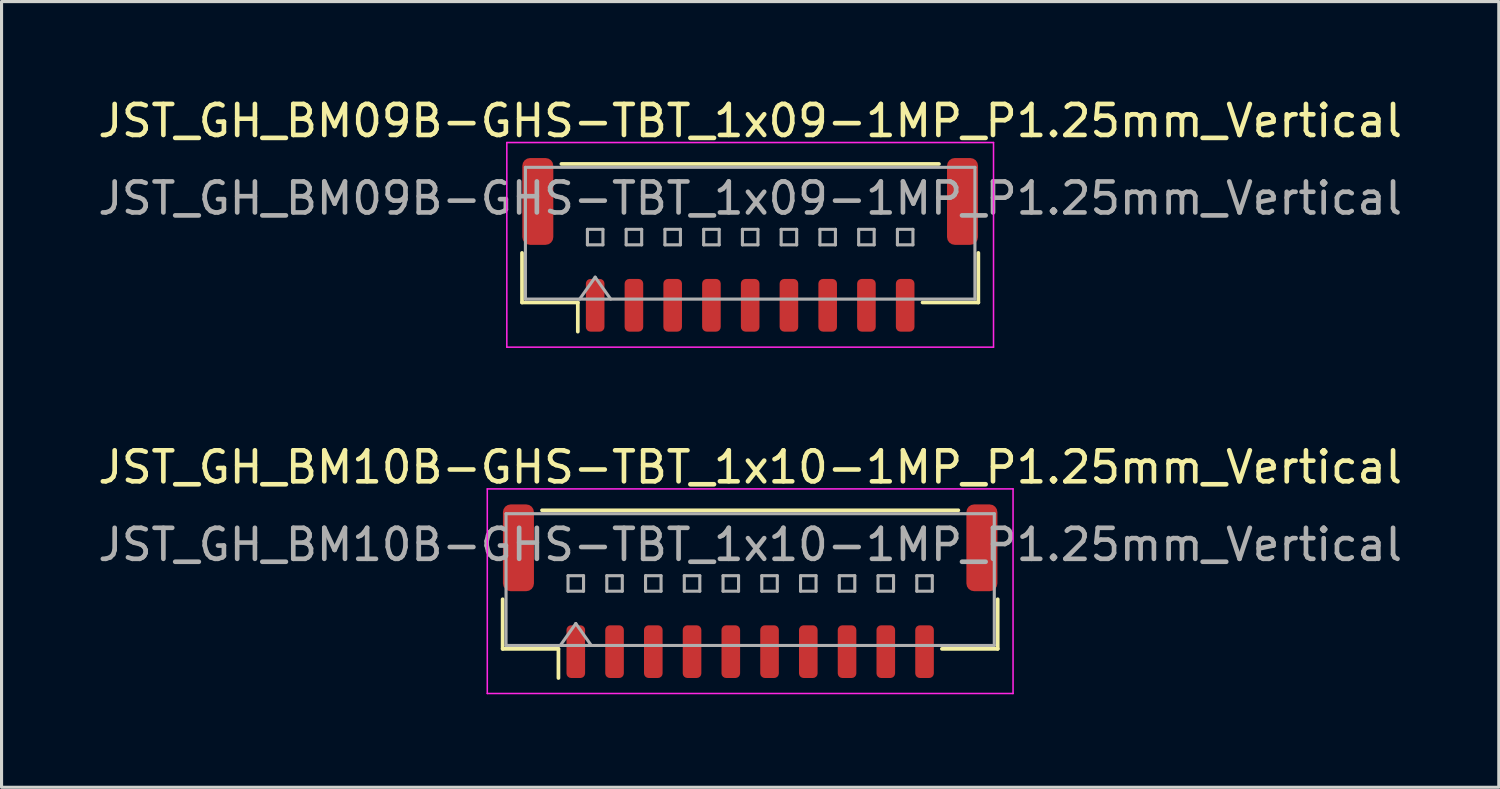
<source format=kicad_pcb>
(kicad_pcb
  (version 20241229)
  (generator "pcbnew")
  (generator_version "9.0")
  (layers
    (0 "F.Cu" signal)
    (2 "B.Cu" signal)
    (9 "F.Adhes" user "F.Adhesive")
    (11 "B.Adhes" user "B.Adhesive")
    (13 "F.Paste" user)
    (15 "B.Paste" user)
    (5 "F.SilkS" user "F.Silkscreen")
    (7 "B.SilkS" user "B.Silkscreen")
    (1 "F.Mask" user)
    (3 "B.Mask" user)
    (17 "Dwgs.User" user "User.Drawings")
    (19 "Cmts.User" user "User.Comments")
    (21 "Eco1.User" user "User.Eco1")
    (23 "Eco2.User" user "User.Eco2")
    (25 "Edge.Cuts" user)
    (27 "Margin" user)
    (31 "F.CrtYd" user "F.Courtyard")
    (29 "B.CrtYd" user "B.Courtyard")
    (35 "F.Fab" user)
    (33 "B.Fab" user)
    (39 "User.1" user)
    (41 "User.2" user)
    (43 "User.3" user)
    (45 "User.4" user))
  (footprint "JST_GH_BM09B-GHS-TBT_1x09-1MP_P1.25mm_Vertical"
    (layer "F.Cu")
    (at 21.149 4.848)
    (property "Reference" "JST_GH_BM09B-GHS-TBT_1x09-1MP_P1.25mm_Vertical" (at 0 -4 0) (layer "F.SilkS") (effects (font (size 1 1) (thickness 0.15))))
    (attr smd)
    (fp_line (start -7.36 0.26) (end -7.36 1.86) (stroke (width 0.12) (type solid)) (layer "F.SilkS"))
    (fp_line (start -7.36 1.86) (end -5.56 1.86) (stroke (width 0.12) (type solid)) (layer "F.SilkS"))
    (fp_line (start -6.09 -2.61) (end 6.09 -2.61) (stroke (width 0.12) (type solid)) (layer "F.SilkS"))
    (fp_line (start -5.56 1.86) (end -5.56 2.8) (stroke (width 0.12) (type solid)) (layer "F.SilkS"))
    (fp_line (start 7.36 0.26) (end 7.36 1.86) (stroke (width 0.12) (type solid)) (layer "F.SilkS"))
    (fp_line (start 7.36 1.86) (end 5.56 1.86) (stroke (width 0.12) (type solid)) (layer "F.SilkS"))
    (fp_line (start -7.85 -3.3) (end -7.85 3.3) (stroke (width 0.05) (type solid)) (layer "F.CrtYd"))
    (fp_line (start -7.85 3.3) (end 7.85 3.3) (stroke (width 0.05) (type solid)) (layer "F.CrtYd"))
    (fp_line (start 7.85 -3.3) (end -7.85 -3.3) (stroke (width 0.05) (type solid)) (layer "F.CrtYd"))
    (fp_line (start 7.85 3.3) (end 7.85 -3.3) (stroke (width 0.05) (type solid)) (layer "F.CrtYd"))
    (fp_line (start -7.25 -2.5) (end 7.25 -2.5) (stroke (width 0.1) (type solid)) (layer "F.Fab"))
    (fp_line (start -7.25 1.75) (end -7.25 -2.5) (stroke (width 0.1) (type solid)) (layer "F.Fab"))
    (fp_line (start -7.25 1.75) (end 7.25 1.75) (stroke (width 0.1) (type solid)) (layer "F.Fab"))
    (fp_line (start -5.5 1.75) (end -5 1.043) (stroke (width 0.1) (type solid)) (layer "F.Fab"))
    (fp_line (start -5.25 -0.5) (end -5.25 0) (stroke (width 0.1) (type solid)) (layer "F.Fab"))
    (fp_line (start -5.25 0) (end -4.75 0) (stroke (width 0.1) (type solid)) (layer "F.Fab"))
    (fp_line (start -5 1.043) (end -4.5 1.75) (stroke (width 0.1) (type solid)) (layer "F.Fab"))
    (fp_line (start -4.75 -0.5) (end -5.25 -0.5) (stroke (width 0.1) (type solid)) (layer "F.Fab"))
    (fp_line (start -4.75 0) (end -4.75 -0.5) (stroke (width 0.1) (type solid)) (layer "F.Fab"))
    (fp_line (start -4 -0.5) (end -4 0) (stroke (width 0.1) (type solid)) (layer "F.Fab"))
    (fp_line (start -4 0) (end -3.5 0) (stroke (width 0.1) (type solid)) (layer "F.Fab"))
    (fp_line (start -3.5 -0.5) (end -4 -0.5) (stroke (width 0.1) (type solid)) (layer "F.Fab"))
    (fp_line (start -3.5 0) (end -3.5 -0.5) (stroke (width 0.1) (type solid)) (layer "F.Fab"))
    (fp_line (start -2.75 -0.5) (end -2.75 0) (stroke (width 0.1) (type solid)) (layer "F.Fab"))
    (fp_line (start -2.75 0) (end -2.25 0) (stroke (width 0.1) (type solid)) (layer "F.Fab"))
    (fp_line (start -2.25 -0.5) (end -2.75 -0.5) (stroke (width 0.1) (type solid)) (layer "F.Fab"))
    (fp_line (start -2.25 0) (end -2.25 -0.5) (stroke (width 0.1) (type solid)) (layer "F.Fab"))
    (fp_line (start -1.5 -0.5) (end -1.5 0) (stroke (width 0.1) (type solid)) (layer "F.Fab"))
    (fp_line (start -1.5 0) (end -1 0) (stroke (width 0.1) (type solid)) (layer "F.Fab"))
    (fp_line (start -1 -0.5) (end -1.5 -0.5) (stroke (width 0.1) (type solid)) (layer "F.Fab"))
    (fp_line (start -1 0) (end -1 -0.5) (stroke (width 0.1) (type solid)) (layer "F.Fab"))
    (fp_line (start -0.25 -0.5) (end -0.25 0) (stroke (width 0.1) (type solid)) (layer "F.Fab"))
    (fp_line (start -0.25 0) (end 0.25 0) (stroke (width 0.1) (type solid)) (layer "F.Fab"))
    (fp_line (start 0.25 -0.5) (end -0.25 -0.5) (stroke (width 0.1) (type solid)) (layer "F.Fab"))
    (fp_line (start 0.25 0) (end 0.25 -0.5) (stroke (width 0.1) (type solid)) (layer "F.Fab"))
    (fp_line (start 1 -0.5) (end 1 0) (stroke (width 0.1) (type solid)) (layer "F.Fab"))
    (fp_line (start 1 0) (end 1.5 0) (stroke (width 0.1) (type solid)) (layer "F.Fab"))
    (fp_line (start 1.5 -0.5) (end 1 -0.5) (stroke (width 0.1) (type solid)) (layer "F.Fab"))
    (fp_line (start 1.5 0) (end 1.5 -0.5) (stroke (width 0.1) (type solid)) (layer "F.Fab"))
    (fp_line (start 2.25 -0.5) (end 2.25 0) (stroke (width 0.1) (type solid)) (layer "F.Fab"))
    (fp_line (start 2.25 0) (end 2.75 0) (stroke (width 0.1) (type solid)) (layer "F.Fab"))
    (fp_line (start 2.75 -0.5) (end 2.25 -0.5) (stroke (width 0.1) (type solid)) (layer "F.Fab"))
    (fp_line (start 2.75 0) (end 2.75 -0.5) (stroke (width 0.1) (type solid)) (layer "F.Fab"))
    (fp_line (start 3.5 -0.5) (end 3.5 0) (stroke (width 0.1) (type solid)) (layer "F.Fab"))
    (fp_line (start 3.5 0) (end 4 0) (stroke (width 0.1) (type solid)) (layer "F.Fab"))
    (fp_line (start 4 -0.5) (end 3.5 -0.5) (stroke (width 0.1) (type solid)) (layer "F.Fab"))
    (fp_line (start 4 0) (end 4 -0.5) (stroke (width 0.1) (type solid)) (layer "F.Fab"))
    (fp_line (start 4.75 -0.5) (end 4.75 0) (stroke (width 0.1) (type solid)) (layer "F.Fab"))
    (fp_line (start 4.75 0) (end 5.25 0) (stroke (width 0.1) (type solid)) (layer "F.Fab"))
    (fp_line (start 5.25 -0.5) (end 4.75 -0.5) (stroke (width 0.1) (type solid)) (layer "F.Fab"))
    (fp_line (start 5.25 0) (end 5.25 -0.5) (stroke (width 0.1) (type solid)) (layer "F.Fab"))
    (fp_line (start 7.25 1.75) (end 7.25 -2.5) (stroke (width 0.1) (type solid)) (layer "F.Fab"))
    (fp_text user "${REFERENCE}" (at 0 -1.5 0) (layer "F.Fab") (effects (font (size 1 1) (thickness 0.15))))
    (pad "1" smd roundrect (at -5 1.95) (size 0.6 1.7) (layers "F.Cu" "F.Mask" "F.Paste") (roundrect_rratio 0.25))
    (pad "2" smd roundrect (at -3.75 1.95) (size 0.6 1.7) (layers "F.Cu" "F.Mask" "F.Paste") (roundrect_rratio 0.25))
    (pad "3" smd roundrect (at -2.5 1.95) (size 0.6 1.7) (layers "F.Cu" "F.Mask" "F.Paste") (roundrect_rratio 0.25))
    (pad "4" smd roundrect (at -1.25 1.95) (size 0.6 1.7) (layers "F.Cu" "F.Mask" "F.Paste") (roundrect_rratio 0.25))
    (pad "5" smd roundrect (at 0 1.95) (size 0.6 1.7) (layers "F.Cu" "F.Mask" "F.Paste") (roundrect_rratio 0.25))
    (pad "6" smd roundrect (at 1.25 1.95) (size 0.6 1.7) (layers "F.Cu" "F.Mask" "F.Paste") (roundrect_rratio 0.25))
    (pad "7" smd roundrect (at 2.5 1.95) (size 0.6 1.7) (layers "F.Cu" "F.Mask" "F.Paste") (roundrect_rratio 0.25))
    (pad "8" smd roundrect (at 3.75 1.95) (size 0.6 1.7) (layers "F.Cu" "F.Mask" "F.Paste") (roundrect_rratio 0.25))
    (pad "9" smd roundrect (at 5 1.95) (size 0.6 1.7) (layers "F.Cu" "F.Mask" "F.Paste") (roundrect_rratio 0.25))
    (pad "MP" smd roundrect (at -6.85 -1.4) (size 1 2.8) (layers "F.Cu" "F.Mask" "F.Paste") (roundrect_rratio 0.25))
    (pad "MP" smd roundrect (at 6.85 -1.4) (size 1 2.8) (layers "F.Cu" "F.Mask" "F.Paste") (roundrect_rratio 0.25)))
  (footprint "JST_GH_BM10B-GHS-TBT_1x10-1MP_P1.25mm_Vertical"
    (layer "F.Cu")
    (at 21.149 16.021)
    (property "Reference" "JST_GH_BM10B-GHS-TBT_1x10-1MP_P1.25mm_Vertical" (at 0 -4 0) (layer "F.SilkS") (effects (font (size 1 1) (thickness 0.15))))
    (attr smd)
    (fp_line (start -7.985 0.26) (end -7.985 1.86) (stroke (width 0.12) (type solid)) (layer "F.SilkS"))
    (fp_line (start -7.985 1.86) (end -6.185 1.86) (stroke (width 0.12) (type solid)) (layer "F.SilkS"))
    (fp_line (start -6.715 -2.61) (end 6.715 -2.61) (stroke (width 0.12) (type solid)) (layer "F.SilkS"))
    (fp_line (start -6.185 1.86) (end -6.185 2.8) (stroke (width 0.12) (type solid)) (layer "F.SilkS"))
    (fp_line (start 7.985 0.26) (end 7.985 1.86) (stroke (width 0.12) (type solid)) (layer "F.SilkS"))
    (fp_line (start 7.985 1.86) (end 6.185 1.86) (stroke (width 0.12) (type solid)) (layer "F.SilkS"))
    (fp_line (start -8.48 -3.3) (end -8.48 3.3) (stroke (width 0.05) (type solid)) (layer "F.CrtYd"))
    (fp_line (start -8.48 3.3) (end 8.48 3.3) (stroke (width 0.05) (type solid)) (layer "F.CrtYd"))
    (fp_line (start 8.48 -3.3) (end -8.48 -3.3) (stroke (width 0.05) (type solid)) (layer "F.CrtYd"))
    (fp_line (start 8.48 3.3) (end 8.48 -3.3) (stroke (width 0.05) (type solid)) (layer "F.CrtYd"))
    (fp_line (start -7.875 -2.5) (end 7.875 -2.5) (stroke (width 0.1) (type solid)) (layer "F.Fab"))
    (fp_line (start -7.875 1.75) (end -7.875 -2.5) (stroke (width 0.1) (type solid)) (layer "F.Fab"))
    (fp_line (start -7.875 1.75) (end 7.875 1.75) (stroke (width 0.1) (type solid)) (layer "F.Fab"))
    (fp_line (start -6.125 1.75) (end -5.625 1.043) (stroke (width 0.1) (type solid)) (layer "F.Fab"))
    (fp_line (start -5.875 -0.5) (end -5.875 0) (stroke (width 0.1) (type solid)) (layer "F.Fab"))
    (fp_line (start -5.875 0) (end -5.375 0) (stroke (width 0.1) (type solid)) (layer "F.Fab"))
    (fp_line (start -5.625 1.043) (end -5.125 1.75) (stroke (width 0.1) (type solid)) (layer "F.Fab"))
    (fp_line (start -5.375 -0.5) (end -5.875 -0.5) (stroke (width 0.1) (type solid)) (layer "F.Fab"))
    (fp_line (start -5.375 0) (end -5.375 -0.5) (stroke (width 0.1) (type solid)) (layer "F.Fab"))
    (fp_line (start -4.625 -0.5) (end -4.625 0) (stroke (width 0.1) (type solid)) (layer "F.Fab"))
    (fp_line (start -4.625 0) (end -4.125 0) (stroke (width 0.1) (type solid)) (layer "F.Fab"))
    (fp_line (start -4.125 -0.5) (end -4.625 -0.5) (stroke (width 0.1) (type solid)) (layer "F.Fab"))
    (fp_line (start -4.125 0) (end -4.125 -0.5) (stroke (width 0.1) (type solid)) (layer "F.Fab"))
    (fp_line (start -3.375 -0.5) (end -3.375 0) (stroke (width 0.1) (type solid)) (layer "F.Fab"))
    (fp_line (start -3.375 0) (end -2.875 0) (stroke (width 0.1) (type solid)) (layer "F.Fab"))
    (fp_line (start -2.875 -0.5) (end -3.375 -0.5) (stroke (width 0.1) (type solid)) (layer "F.Fab"))
    (fp_line (start -2.875 0) (end -2.875 -0.5) (stroke (width 0.1) (type solid)) (layer "F.Fab"))
    (fp_line (start -2.125 -0.5) (end -2.125 0) (stroke (width 0.1) (type solid)) (layer "F.Fab"))
    (fp_line (start -2.125 0) (end -1.625 0) (stroke (width 0.1) (type solid)) (layer "F.Fab"))
    (fp_line (start -1.625 -0.5) (end -2.125 -0.5) (stroke (width 0.1) (type solid)) (layer "F.Fab"))
    (fp_line (start -1.625 0) (end -1.625 -0.5) (stroke (width 0.1) (type solid)) (layer "F.Fab"))
    (fp_line (start -0.875 -0.5) (end -0.875 0) (stroke (width 0.1) (type solid)) (layer "F.Fab"))
    (fp_line (start -0.875 0) (end -0.375 0) (stroke (width 0.1) (type solid)) (layer "F.Fab"))
    (fp_line (start -0.375 -0.5) (end -0.875 -0.5) (stroke (width 0.1) (type solid)) (layer "F.Fab"))
    (fp_line (start -0.375 0) (end -0.375 -0.5) (stroke (width 0.1) (type solid)) (layer "F.Fab"))
    (fp_line (start 0.375 -0.5) (end 0.375 0) (stroke (width 0.1) (type solid)) (layer "F.Fab"))
    (fp_line (start 0.375 0) (end 0.875 0) (stroke (width 0.1) (type solid)) (layer "F.Fab"))
    (fp_line (start 0.875 -0.5) (end 0.375 -0.5) (stroke (width 0.1) (type solid)) (layer "F.Fab"))
    (fp_line (start 0.875 0) (end 0.875 -0.5) (stroke (width 0.1) (type solid)) (layer "F.Fab"))
    (fp_line (start 1.625 -0.5) (end 1.625 0) (stroke (width 0.1) (type solid)) (layer "F.Fab"))
    (fp_line (start 1.625 0) (end 2.125 0) (stroke (width 0.1) (type solid)) (layer "F.Fab"))
    (fp_line (start 2.125 -0.5) (end 1.625 -0.5) (stroke (width 0.1) (type solid)) (layer "F.Fab"))
    (fp_line (start 2.125 0) (end 2.125 -0.5) (stroke (width 0.1) (type solid)) (layer "F.Fab"))
    (fp_line (start 2.875 -0.5) (end 2.875 0) (stroke (width 0.1) (type solid)) (layer "F.Fab"))
    (fp_line (start 2.875 0) (end 3.375 0) (stroke (width 0.1) (type solid)) (layer "F.Fab"))
    (fp_line (start 3.375 -0.5) (end 2.875 -0.5) (stroke (width 0.1) (type solid)) (layer "F.Fab"))
    (fp_line (start 3.375 0) (end 3.375 -0.5) (stroke (width 0.1) (type solid)) (layer "F.Fab"))
    (fp_line (start 4.125 -0.5) (end 4.125 0) (stroke (width 0.1) (type solid)) (layer "F.Fab"))
    (fp_line (start 4.125 0) (end 4.625 0) (stroke (width 0.1) (type solid)) (layer "F.Fab"))
    (fp_line (start 4.625 -0.5) (end 4.125 -0.5) (stroke (width 0.1) (type solid)) (layer "F.Fab"))
    (fp_line (start 4.625 0) (end 4.625 -0.5) (stroke (width 0.1) (type solid)) (layer "F.Fab"))
    (fp_line (start 5.375 -0.5) (end 5.375 0) (stroke (width 0.1) (type solid)) (layer "F.Fab"))
    (fp_line (start 5.375 0) (end 5.875 0) (stroke (width 0.1) (type solid)) (layer "F.Fab"))
    (fp_line (start 5.875 -0.5) (end 5.375 -0.5) (stroke (width 0.1) (type solid)) (layer "F.Fab"))
    (fp_line (start 5.875 0) (end 5.875 -0.5) (stroke (width 0.1) (type solid)) (layer "F.Fab"))
    (fp_line (start 7.875 1.75) (end 7.875 -2.5) (stroke (width 0.1) (type solid)) (layer "F.Fab"))
    (fp_text user "${REFERENCE}" (at 0 -1.5 0) (layer "F.Fab") (effects (font (size 1 1) (thickness 0.15))))
    (pad "1" smd roundrect (at -5.625 1.95) (size 0.6 1.7) (layers "F.Cu" "F.Mask" "F.Paste") (roundrect_rratio 0.25))
    (pad "2" smd roundrect (at -4.375 1.95) (size 0.6 1.7) (layers "F.Cu" "F.Mask" "F.Paste") (roundrect_rratio 0.25))
    (pad "3" smd roundrect (at -3.125 1.95) (size 0.6 1.7) (layers "F.Cu" "F.Mask" "F.Paste") (roundrect_rratio 0.25))
    (pad "4" smd roundrect (at -1.875 1.95) (size 0.6 1.7) (layers "F.Cu" "F.Mask" "F.Paste") (roundrect_rratio 0.25))
    (pad "5" smd roundrect (at -0.625 1.95) (size 0.6 1.7) (layers "F.Cu" "F.Mask" "F.Paste") (roundrect_rratio 0.25))
    (pad "6" smd roundrect (at 0.625 1.95) (size 0.6 1.7) (layers "F.Cu" "F.Mask" "F.Paste") (roundrect_rratio 0.25))
    (pad "7" smd roundrect (at 1.875 1.95) (size 0.6 1.7) (layers "F.Cu" "F.Mask" "F.Paste") (roundrect_rratio 0.25))
    (pad "8" smd roundrect (at 3.125 1.95) (size 0.6 1.7) (layers "F.Cu" "F.Mask" "F.Paste") (roundrect_rratio 0.25))
    (pad "9" smd roundrect (at 4.375 1.95) (size 0.6 1.7) (layers "F.Cu" "F.Mask" "F.Paste") (roundrect_rratio 0.25))
    (pad "10" smd roundrect (at 5.625 1.95) (size 0.6 1.7) (layers "F.Cu" "F.Mask" "F.Paste") (roundrect_rratio 0.25))
    (pad "MP" smd roundrect (at -7.475 -1.4) (size 1 2.8) (layers "F.Cu" "F.Mask" "F.Paste") (roundrect_rratio 0.25))
    (pad "MP" smd roundrect (at 7.475 -1.4) (size 1 2.8) (layers "F.Cu" "F.Mask" "F.Paste") (roundrect_rratio 0.25)))
  (gr_rect
    (start -3 -3)
    (end 45.298 22.346)
    (stroke (width 0.1) (type default))
    (fill no)
    (layer "Edge.Cuts")))
</source>
